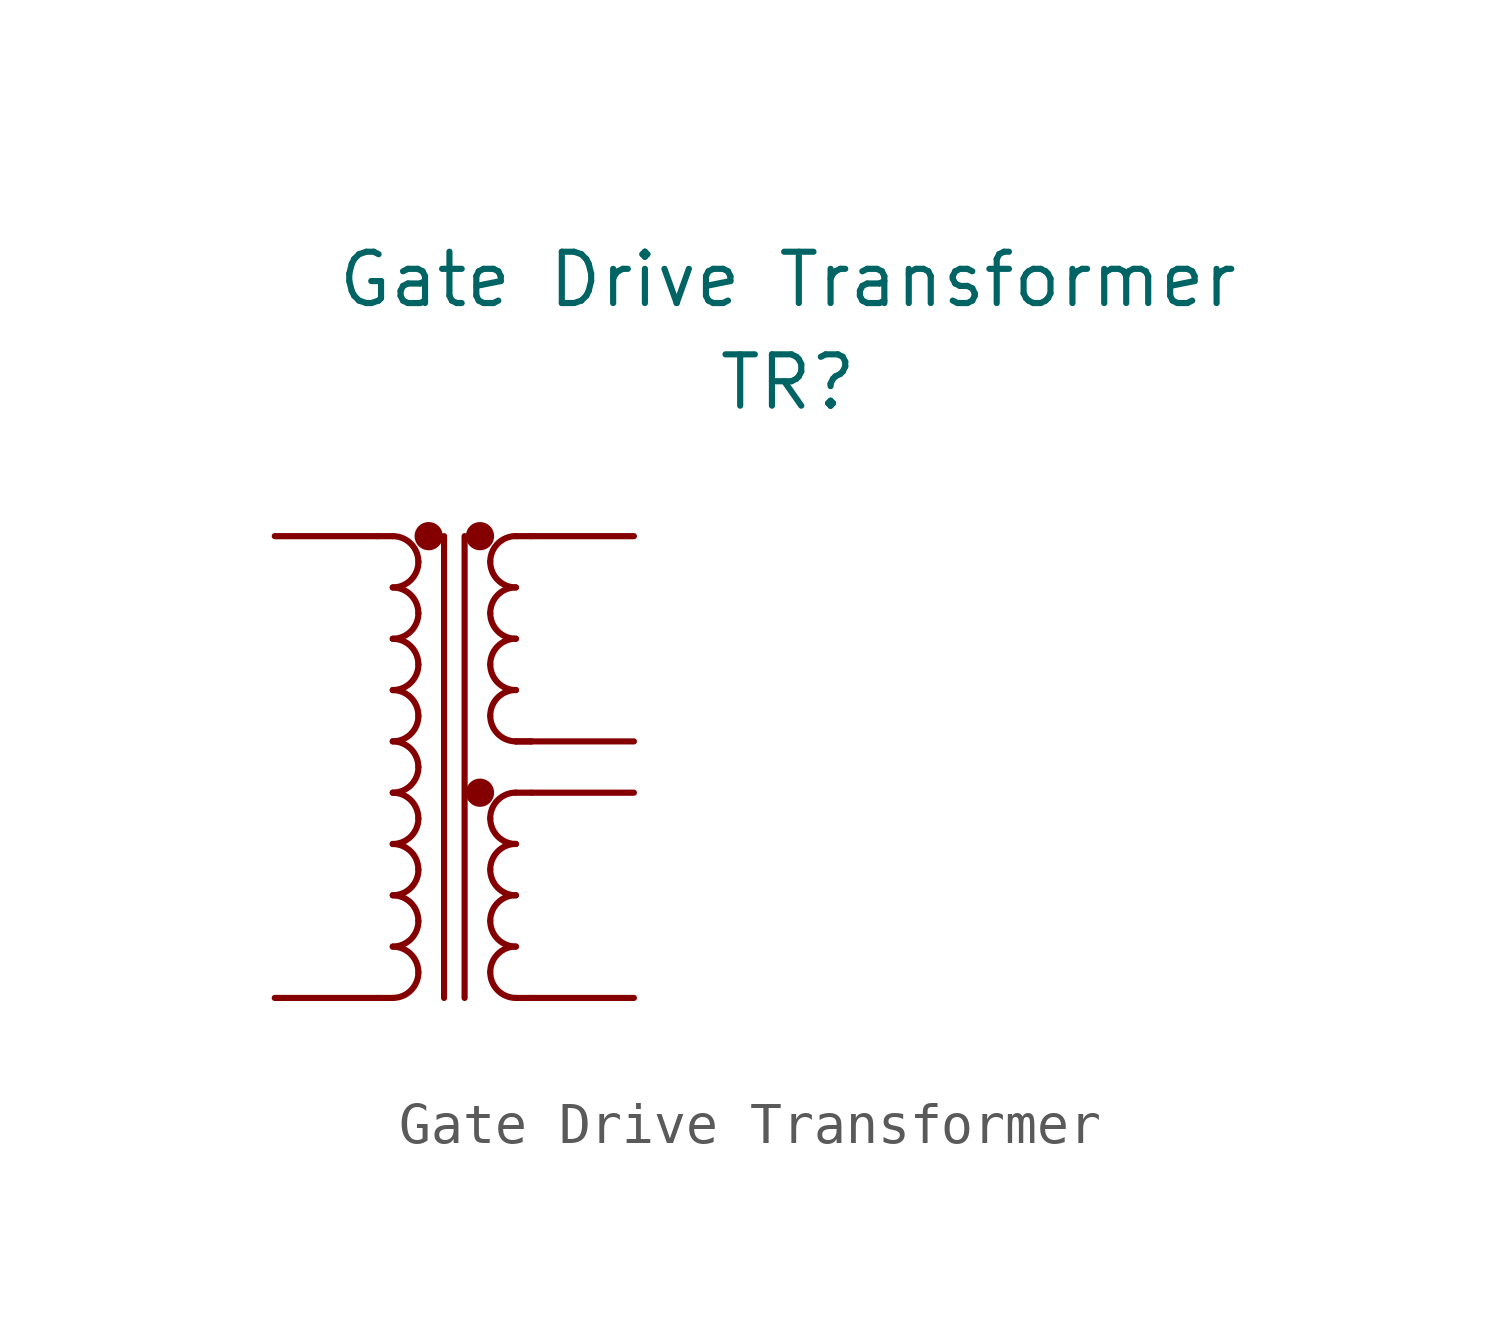
<source format=kicad_sym>
(kicad_symbol_lib
  (version 20220914)
  (generator kicad_symbol_editor)
  (symbol "Gate Drive Transformer"
    (property "Reference" "TR"
      (at 0 5.08 0)
      (effects (font (size 1.27 1.27))))
    (property "Value" "Gate Drive Transformer"
      (at 0 7.62 0)
      (effects (font (size 1.27 1.27))))
    (symbol "Gate Drive Transformer_0_1"
      (arc (start -9.779 -10.16) (mid -9.33 -9.974) (end -9.144 -9.525) (stroke (width 0.1524) (type default)) (fill (type none)))
      (arc (start -9.779 -8.89) (mid -9.33 -8.704) (end -9.144 -8.255) (stroke (width 0.1524) (type default)) (fill (type none)))
      (arc (start -9.779 -7.62) (mid -9.33 -7.434) (end -9.144 -6.985) (stroke (width 0.1524) (type default)) (fill (type none)))
      (arc (start -9.779 -6.35) (mid -9.33 -6.164) (end -9.144 -5.715) (stroke (width 0.1524) (type default)) (fill (type none)))
      (arc (start -9.779 -5.08) (mid -9.33 -4.894) (end -9.144 -4.445) (stroke (width 0.1524) (type default)) (fill (type none)))
      (arc (start -9.779 -3.81) (mid -9.33 -3.624) (end -9.144 -3.175) (stroke (width 0.1524) (type default)) (fill (type none)))
      (arc (start -9.779 -2.54) (mid -9.33 -2.354) (end -9.144 -1.905) (stroke (width 0.1524) (type default)) (fill (type none)))
      (arc (start -9.779 -1.27) (mid -9.33 -1.084) (end -9.144 -0.635) (stroke (width 0.1524) (type default)) (fill (type none)))
      (arc (start -9.779 0) (mid -9.33 0.186) (end -9.144 0.635) (stroke (width 0.1524) (type default)) (fill (type none)))
      (arc (start -9.144 -9.525) (mid -9.33 -9.076) (end -9.779 -8.89) (stroke (width 0.1524) (type default)) (fill (type none)))
      (arc (start -9.144 -8.255) (mid -9.33 -7.806) (end -9.779 -7.62) (stroke (width 0.1524) (type default)) (fill (type none)))
      (arc (start -9.144 -6.985) (mid -9.33 -6.536) (end -9.779 -6.35) (stroke (width 0.1524) (type default)) (fill (type none)))
      (arc (start -9.144 -5.715) (mid -9.33 -5.266) (end -9.779 -5.08) (stroke (width 0.1524) (type default)) (fill (type none)))
      (arc (start -9.144 -4.445) (mid -9.33 -3.996) (end -9.779 -3.81) (stroke (width 0.1524) (type default)) (fill (type none)))
      (arc (start -9.144 -3.175) (mid -9.33 -2.726) (end -9.779 -2.54) (stroke (width 0.1524) (type default)) (fill (type none)))
      (arc (start -9.144 -1.905) (mid -9.33 -1.456) (end -9.779 -1.27) (stroke (width 0.1524) (type default)) (fill (type none)))
      (arc (start -9.144 -0.635) (mid -9.33 -0.186) (end -9.779 0) (stroke (width 0.1524) (type default)) (fill (type none)))
      (arc (start -9.144 0.635) (mid -9.33 1.084) (end -9.779 1.27) (stroke (width 0.1524) (type default)) (fill (type none)))
      (circle (center -8.89 1.27) (radius 0.0001) (stroke (width 0.35) (type default)) (fill (type none)))
      (circle (center -7.62 -5.08) (radius 0.0001) (stroke (width 0.35) (type default)) (fill (type none)))
      (circle (center -7.62 1.27) (radius 0.0001) (stroke (width 0.35) (type default)) (fill (type none)))
      (arc (start -7.366 -9.525) (mid -7.18 -9.974) (end -6.731 -10.16) (stroke (width 0.1524) (type default)) (fill (type none)))
      (arc (start -7.366 -8.255) (mid -7.18 -8.704) (end -6.731 -8.89) (stroke (width 0.1524) (type default)) (fill (type none)))
      (arc (start -7.366 -6.985) (mid -7.18 -7.434) (end -6.731 -7.62) (stroke (width 0.1524) (type default)) (fill (type none)))
      (arc (start -7.366 -5.715) (mid -7.18 -6.164) (end -6.731 -6.35) (stroke (width 0.1524) (type default)) (fill (type none)))
      (arc (start -7.366 -3.175) (mid -7.18 -3.624) (end -6.731 -3.81) (stroke (width 0.1524) (type default)) (fill (type none)))
      (arc (start -7.366 -1.905) (mid -7.18 -2.354) (end -6.731 -2.54) (stroke (width 0.1524) (type default)) (fill (type none)))
      (arc (start -7.366 -0.635) (mid -7.18 -1.084) (end -6.731 -1.27) (stroke (width 0.1524) (type default)) (fill (type none)))
      (arc (start -7.366 0.635) (mid -7.18 0.186) (end -6.731 0) (stroke (width 0.1524) (type default)) (fill (type none)))
      (arc (start -6.731 -8.89) (mid -7.18 -9.076) (end -7.366 -9.525) (stroke (width 0.1524) (type default)) (fill (type none)))
      (arc (start -6.731 -7.62) (mid -7.18 -7.806) (end -7.366 -8.255) (stroke (width 0.1524) (type default)) (fill (type none)))
      (arc (start -6.731 -6.35) (mid -7.18 -6.536) (end -7.366 -6.985) (stroke (width 0.1524) (type default)) (fill (type none)))
      (arc (start -6.731 -5.08) (mid -7.18 -5.266) (end -7.366 -5.715) (stroke (width 0.1524) (type default)) (fill (type none)))
      (arc (start -6.731 -2.54) (mid -7.18 -2.726) (end -7.366 -3.175) (stroke (width 0.1524) (type default)) (fill (type none)))
      (arc (start -6.731 -1.27) (mid -7.18 -1.456) (end -7.366 -1.905) (stroke (width 0.1524) (type default)) (fill (type none)))
      (arc (start -6.731 0) (mid -7.18 -0.186) (end -7.366 -0.635) (stroke (width 0.1524) (type default)) (fill (type none)))
      (arc (start -6.731 1.27) (mid -7.18 1.084) (end -7.366 0.635) (stroke (width 0.1524) (type default)) (fill (type none)))
      (polyline (pts (xy -10.16 -10.16) (xy -9.779 -10.16)) (stroke (width 0.152) (type default)) (fill (type none)))
      (polyline (pts (xy -10.16 1.27) (xy -9.779 1.27)) (stroke (width 0.152) (type default)) (fill (type none)))
      (polyline (pts (xy -8.509 -10.16) (xy -8.509 1.27)) (stroke (width 0.152) (type default)) (fill (type none)))
      (polyline (pts (xy -8.001 -10.16) (xy -8.001 1.27)) (stroke (width 0.152) (type default)) (fill (type none)))
      (polyline (pts (xy -6.35 -10.16) (xy -6.731 -10.16)) (stroke (width 0.152) (type default)) (fill (type none)))
      (polyline (pts (xy -6.35 -5.08) (xy -6.731 -5.08)) (stroke (width 0.152) (type default)) (fill (type none)))
      (polyline (pts (xy -6.35 -3.81) (xy -6.731 -3.81)) (stroke (width 0.152) (type default)) (fill (type none)))
      (polyline (pts (xy -6.35 -3.81) (xy -6.731 -3.81)) (stroke (width 0.152) (type default)) (fill (type none)))
      (polyline (pts (xy -6.35 1.27) (xy -6.731 1.27)) (stroke (width 0.152) (type default)) (fill (type none))))
    (symbol "Gate Drive Transformer_1_1"
      (pin input line (at -12.7 -10.16 0) (length 2.54) (name "" (effects (font (size 1.27 1.27)))) (number "" (effects (font (size 1.27 1.27)))))
      (pin input line (at -12.7 1.27 0) (length 2.54) (name "" (effects (font (size 1.27 1.27)))) (number "" (effects (font (size 1.27 1.27)))))
      (pin input line (at -3.81 -10.16 180) (length 2.54) (name "" (effects (font (size 1.27 1.27)))) (number "" (effects (font (size 1.27 1.27)))))
      (pin input line (at -3.81 -5.08 180) (length 2.54) (name "" (effects (font (size 1.27 1.27)))) (number "" (effects (font (size 1.27 1.27)))))
      (pin input line (at -3.81 -3.81 180) (length 2.54) (name "" (effects (font (size 1.27 1.27)))) (number "" (effects (font (size 1.27 1.27)))))
      (pin input line (at -3.81 1.27 180) (length 2.54) (name "" (effects (font (size 1.27 1.27)))) (number "" (effects (font (size 1.27 1.27))))))))
</source>
